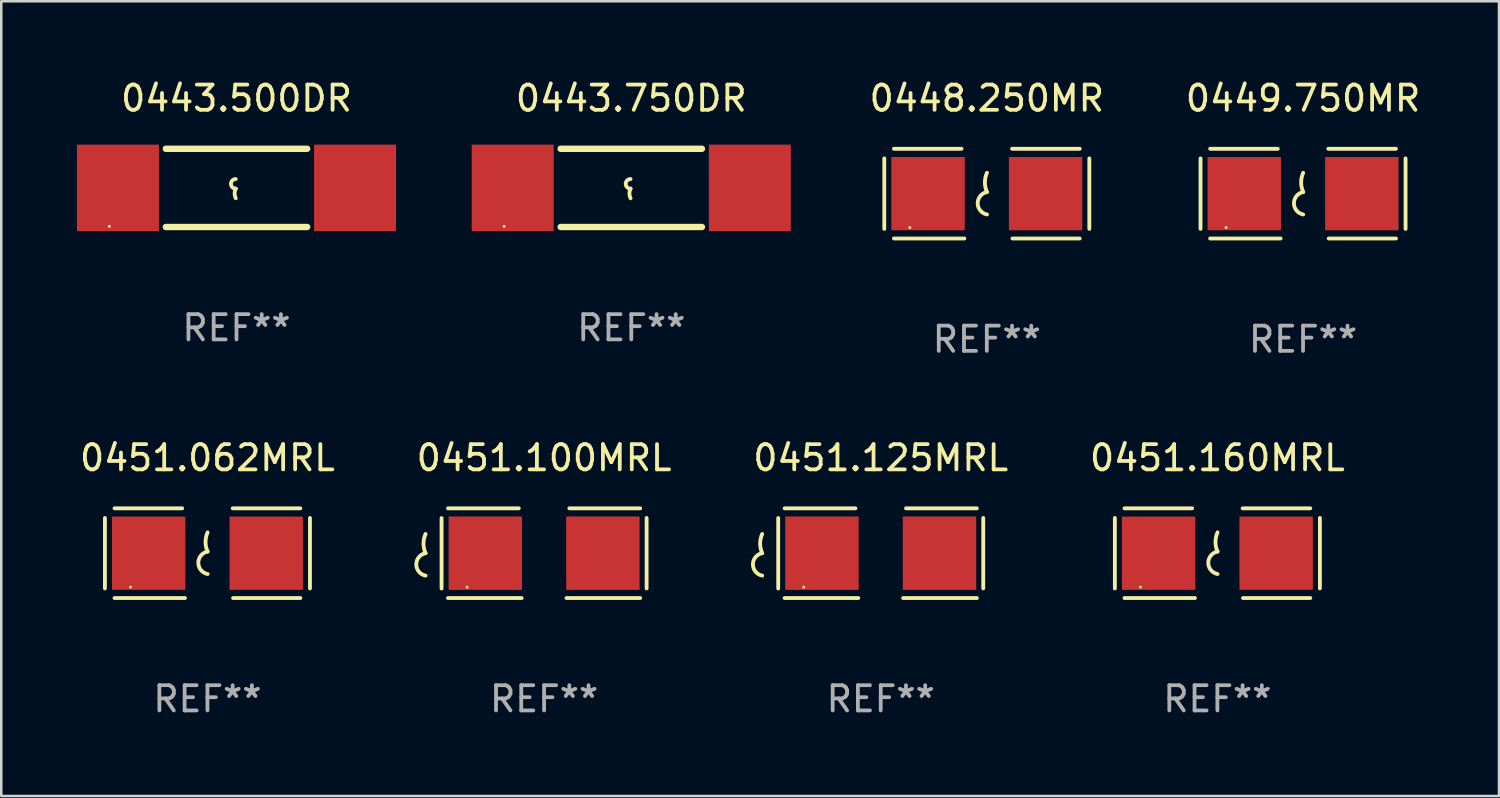
<source format=kicad_pcb>
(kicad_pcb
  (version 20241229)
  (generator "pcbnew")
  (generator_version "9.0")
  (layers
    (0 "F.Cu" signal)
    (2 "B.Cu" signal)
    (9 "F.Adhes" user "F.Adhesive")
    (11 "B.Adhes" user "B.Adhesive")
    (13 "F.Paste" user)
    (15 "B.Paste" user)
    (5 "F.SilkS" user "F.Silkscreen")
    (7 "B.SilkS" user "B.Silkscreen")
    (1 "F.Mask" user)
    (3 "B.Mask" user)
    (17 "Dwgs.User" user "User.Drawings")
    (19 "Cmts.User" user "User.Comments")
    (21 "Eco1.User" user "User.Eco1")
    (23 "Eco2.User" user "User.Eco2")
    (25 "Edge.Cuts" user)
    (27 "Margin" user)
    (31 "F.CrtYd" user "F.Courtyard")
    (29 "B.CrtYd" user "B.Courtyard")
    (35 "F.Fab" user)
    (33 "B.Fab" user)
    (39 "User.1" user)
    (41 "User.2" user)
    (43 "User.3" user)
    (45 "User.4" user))
  (footprint "0451.160MRL"
    (layer "F.Cu")
    (at 45.208 18.879)
    (property "Reference" "0451.160MRL" (at 0 -3.778 0) (layer "F.SilkS") (effects (font (size 1 1) (thickness 0.15))))
    (attr through_hole)
    (fp_line (start -4.064 -1.397) (end -4.064 1.397) (stroke (width 0.152) (type solid)) (layer "F.SilkS"))
    (fp_line (start -3.683 -1.778) (end -1.002 -1.778) (stroke (width 0.152) (type solid)) (layer "F.SilkS"))
    (fp_line (start -0.889 1.778) (end -3.683 1.778) (stroke (width 0.152) (type solid)) (layer "F.SilkS"))
    (fp_line (start 1.016 1.778) (end 3.683 1.778) (stroke (width 0.152) (type solid)) (layer "F.SilkS"))
    (fp_line (start 3.683 -1.778) (end 1.001 -1.778) (stroke (width 0.152) (type solid)) (layer "F.SilkS"))
    (fp_line (start 4.064 -1.397) (end 4.064 1.397) (stroke (width 0.152) (type solid)) (layer "F.SilkS"))
    (fp_arc (start 0.006045 -0.0635) (mid -0.075591 -0.444501) (end 0.006045 -0.825502) (stroke (width 0.151994) (type solid)) (layer "F.SilkS"))
    (fp_arc (start 0.006045 0.825502) (mid -0.361643 0.381001) (end 0.006045 -0.0635) (stroke (width 0.151994) (type solid)) (layer "F.SilkS"))
    (fp_circle (center -3.05 1.345) (end -3.02 1.345) (stroke (width 0.06) (type solid)) (fill no) (layer "F.SilkS"))
    (fp_text user "REF**" (at 0 5.778 0) (layer "F.Fab") (effects (font (size 1 1) (thickness 0.15))))
    (pad "1" smd rect (at -2.33 0) (size 2.91 2.905) (layers "F.Cu" "F.Mask" "F.Paste"))
    (pad "2" smd rect (at 2.33 0) (size 2.91 2.905) (layers "F.Cu" "F.Mask" "F.Paste")))
  (footprint "0449.750MR"
    (layer "F.Cu")
    (at 48.604 4.626)
    (property "Reference" "0449.750MR" (at 0 -3.778 0) (layer "F.SilkS") (effects (font (size 1 1) (thickness 0.15))))
    (attr through_hole)
    (fp_line (start -4.064 -1.397) (end -4.064 1.397) (stroke (width 0.152) (type solid)) (layer "F.SilkS"))
    (fp_line (start -3.683 -1.778) (end -1.002 -1.778) (stroke (width 0.152) (type solid)) (layer "F.SilkS"))
    (fp_line (start -0.889 1.778) (end -3.683 1.778) (stroke (width 0.152) (type solid)) (layer "F.SilkS"))
    (fp_line (start 1.016 1.778) (end 3.683 1.778) (stroke (width 0.152) (type solid)) (layer "F.SilkS"))
    (fp_line (start 3.683 -1.778) (end 1.001 -1.778) (stroke (width 0.152) (type solid)) (layer "F.SilkS"))
    (fp_line (start 4.064 -1.397) (end 4.064 1.397) (stroke (width 0.152) (type solid)) (layer "F.SilkS"))
    (fp_arc (start 0.006045 -0.0635) (mid -0.075591 -0.444501) (end 0.006045 -0.825502) (stroke (width 0.151994) (type solid)) (layer "F.SilkS"))
    (fp_arc (start 0.006045 0.825502) (mid -0.361643 0.381001) (end 0.006045 -0.0635) (stroke (width 0.151994) (type solid)) (layer "F.SilkS"))
    (fp_circle (center -3.05 1.345) (end -3.02 1.345) (stroke (width 0.06) (type solid)) (fill no) (layer "F.SilkS"))
    (fp_text user "REF**" (at 0 5.778 0) (layer "F.Fab") (effects (font (size 1 1) (thickness 0.15))))
    (pad "1" smd rect (at -2.33 0) (size 2.91 2.905) (layers "F.Cu" "F.Mask" "F.Paste"))
    (pad "2" smd rect (at 2.33 0) (size 2.91 2.905) (layers "F.Cu" "F.Mask" "F.Paste")))
  (footprint "0451.062MRL"
    (layer "F.Cu")
    (at 5.173 18.879)
    (property "Reference" "0451.062MRL" (at 0 -3.778 0) (layer "F.SilkS") (effects (font (size 1 1) (thickness 0.15))))
    (attr through_hole)
    (fp_line (start -4.064 -1.397) (end -4.064 1.397) (stroke (width 0.152) (type solid)) (layer "F.SilkS"))
    (fp_line (start -3.683 -1.778) (end -1.002 -1.778) (stroke (width 0.152) (type solid)) (layer "F.SilkS"))
    (fp_line (start -0.889 1.778) (end -3.683 1.778) (stroke (width 0.152) (type solid)) (layer "F.SilkS"))
    (fp_line (start 1.016 1.778) (end 3.683 1.778) (stroke (width 0.152) (type solid)) (layer "F.SilkS"))
    (fp_line (start 3.683 -1.778) (end 1.001 -1.778) (stroke (width 0.152) (type solid)) (layer "F.SilkS"))
    (fp_line (start 4.064 -1.397) (end 4.064 1.397) (stroke (width 0.152) (type solid)) (layer "F.SilkS"))
    (fp_arc (start 0.006045 -0.0635) (mid -0.075591 -0.444501) (end 0.006045 -0.825502) (stroke (width 0.151994) (type solid)) (layer "F.SilkS"))
    (fp_arc (start 0.006045 0.825502) (mid -0.361643 0.381001) (end 0.006045 -0.0635) (stroke (width 0.151994) (type solid)) (layer "F.SilkS"))
    (fp_circle (center -3.05 1.345) (end -3.02 1.345) (stroke (width 0.06) (type solid)) (fill no) (layer "F.SilkS"))
    (fp_text user "REF**" (at 0 5.778 0) (layer "F.Fab") (effects (font (size 1 1) (thickness 0.15))))
    (pad "1" smd rect (at -2.33 0) (size 2.91 2.905) (layers "F.Cu" "F.Mask" "F.Paste"))
    (pad "2" smd rect (at 2.33 0) (size 2.91 2.905) (layers "F.Cu" "F.Mask" "F.Paste")))
  (footprint "0451.100MRL"
    (layer "F.Cu")
    (at 18.518 18.879)
    (property "Reference" "0451.100MRL" (at 0 -3.778 0) (layer "F.SilkS") (effects (font (size 1 1) (thickness 0.15))))
    (attr through_hole)
    (fp_line (start -4.064 -1.393) (end -4.064 1.401) (stroke (width 0.152) (type solid)) (layer "F.SilkS"))
    (fp_line (start -3.81 -1.778) (end -1.002 -1.778) (stroke (width 0.152) (type solid)) (layer "F.SilkS"))
    (fp_line (start -0.889 1.778) (end -3.81 1.778) (stroke (width 0.152) (type solid)) (layer "F.SilkS"))
    (fp_line (start 0.889 1.778) (end 3.81 1.778) (stroke (width 0.152) (type solid)) (layer "F.SilkS"))
    (fp_line (start 3.81 -1.778) (end 1.002 -1.778) (stroke (width 0.152) (type solid)) (layer "F.SilkS"))
    (fp_line (start 4.064 -1.397) (end 4.064 1.397) (stroke (width 0.152) (type solid)) (layer "F.SilkS"))
    (fp_arc (start -4.699009 0) (mid -4.780645 -0.381001) (end -4.699009 -0.762002) (stroke (width 0.151994) (type solid)) (layer "F.SilkS"))
    (fp_arc (start -4.699009 0.889002) (mid -5.066697 0.444501) (end -4.699009 0) (stroke (width 0.151994) (type solid)) (layer "F.SilkS"))
    (fp_circle (center -3.05 1.347) (end -3.02 1.347) (stroke (width 0.06) (type solid)) (fill no) (layer "F.SilkS"))
    (fp_text user "REF**" (at 0 5.778 0) (layer "F.Fab") (effects (font (size 1 1) (thickness 0.15))))
    (pad "1" smd rect (at -2.33 0) (size 2.91 2.911) (layers "F.Cu" "F.Mask" "F.Paste"))
    (pad "2" smd rect (at 2.33 0) (size 2.91 2.911) (layers "F.Cu" "F.Mask" "F.Paste")))
  (footprint "0443.750DR"
    (layer "F.Cu")
    (at 21.975 4.398)
    (property "Reference" "0443.750DR" (at 0 -3.55 0) (layer "F.SilkS") (effects (font (size 1 1) (thickness 0.15))))
    (attr through_hole)
    (fp_line (start -2.8 -1.55) (end 2.8 -1.55) (stroke (width 0.254) (type solid)) (layer "F.SilkS"))
    (fp_line (start -2.8 1.55) (end 2.8 1.55) (stroke (width 0.254) (type solid)) (layer "F.SilkS"))
    (fp_arc (start -0.029896 0.030074) (mid -0.220397 -0.160427) (end -0.029896 -0.350928) (stroke (width 0.151994) (type solid)) (layer "F.SilkS"))
    (fp_arc (start -0.029896 0.411075) (mid -0.074867 0.220574) (end -0.029896 0.030074) (stroke (width 0.151994) (type solid)) (layer "F.SilkS"))
    (fp_circle (center -5.04 1.525) (end -5.01 1.525) (stroke (width 0.06) (type solid)) (fill no) (layer "F.SilkS"))
    (fp_text user "REF**" (at 0 5.55 0) (layer "F.Fab") (effects (font (size 1 1) (thickness 0.15))))
    (pad "1" smd rect (at -4.7 0) (size 3.25 3.43) (layers "F.Cu" "F.Mask" "F.Paste"))
    (pad "2" smd rect (at 4.7 0) (size 3.25 3.43) (layers "F.Cu" "F.Mask" "F.Paste")))
  (footprint "0443.500DR"
    (layer "F.Cu")
    (at 6.325 4.398)
    (property "Reference" "0443.500DR" (at 0 -3.55 0) (layer "F.SilkS") (effects (font (size 1 1) (thickness 0.15))))
    (attr through_hole)
    (fp_line (start -2.8 -1.55) (end 2.8 -1.55) (stroke (width 0.254) (type solid)) (layer "F.SilkS"))
    (fp_line (start -2.8 1.55) (end 2.8 1.55) (stroke (width 0.254) (type solid)) (layer "F.SilkS"))
    (fp_arc (start -0.029896 0.030074) (mid -0.220397 -0.160427) (end -0.029896 -0.350928) (stroke (width 0.151994) (type solid)) (layer "F.SilkS"))
    (fp_arc (start -0.029896 0.411075) (mid -0.074867 0.220574) (end -0.029896 0.030074) (stroke (width 0.151994) (type solid)) (layer "F.SilkS"))
    (fp_circle (center -5.04 1.525) (end -5.01 1.525) (stroke (width 0.06) (type solid)) (fill no) (layer "F.SilkS"))
    (fp_text user "REF**" (at 0 5.55 0) (layer "F.Fab") (effects (font (size 1 1) (thickness 0.15))))
    (pad "1" smd rect (at -4.7 0) (size 3.25 3.43) (layers "F.Cu" "F.Mask" "F.Paste"))
    (pad "2" smd rect (at 4.7 0) (size 3.25 3.43) (layers "F.Cu" "F.Mask" "F.Paste")))
  (footprint "0448.250MR"
    (layer "F.Cu")
    (at 36.068 4.626)
    (property "Reference" "0448.250MR" (at 0 -3.778 0) (layer "F.SilkS") (effects (font (size 1 1) (thickness 0.15))))
    (attr through_hole)
    (fp_line (start -4.064 -1.397) (end -4.064 1.397) (stroke (width 0.152) (type solid)) (layer "F.SilkS"))
    (fp_line (start -3.683 -1.778) (end -1.002 -1.778) (stroke (width 0.152) (type solid)) (layer "F.SilkS"))
    (fp_line (start -0.889 1.778) (end -3.683 1.778) (stroke (width 0.152) (type solid)) (layer "F.SilkS"))
    (fp_line (start 1.016 1.778) (end 3.683 1.778) (stroke (width 0.152) (type solid)) (layer "F.SilkS"))
    (fp_line (start 3.683 -1.778) (end 1.001 -1.778) (stroke (width 0.152) (type solid)) (layer "F.SilkS"))
    (fp_line (start 4.064 -1.397) (end 4.064 1.397) (stroke (width 0.152) (type solid)) (layer "F.SilkS"))
    (fp_arc (start 0.006045 -0.0635) (mid -0.075591 -0.444501) (end 0.006045 -0.825502) (stroke (width 0.151994) (type solid)) (layer "F.SilkS"))
    (fp_arc (start 0.006045 0.825502) (mid -0.361643 0.381001) (end 0.006045 -0.0635) (stroke (width 0.151994) (type solid)) (layer "F.SilkS"))
    (fp_circle (center -3.05 1.345) (end -3.02 1.345) (stroke (width 0.06) (type solid)) (fill no) (layer "F.SilkS"))
    (fp_text user "REF**" (at 0 5.778 0) (layer "F.Fab") (effects (font (size 1 1) (thickness 0.15))))
    (pad "1" smd rect (at -2.33 0) (size 2.91 2.905) (layers "F.Cu" "F.Mask" "F.Paste"))
    (pad "2" smd rect (at 2.33 0) (size 2.91 2.905) (layers "F.Cu" "F.Mask" "F.Paste")))
  (footprint "0451.125MRL"
    (layer "F.Cu")
    (at 31.863 18.879)
    (property "Reference" "0451.125MRL" (at 0 -3.778 0) (layer "F.SilkS") (effects (font (size 1 1) (thickness 0.15))))
    (attr through_hole)
    (fp_line (start -4.064 -1.393) (end -4.064 1.401) (stroke (width 0.152) (type solid)) (layer "F.SilkS"))
    (fp_line (start -3.81 -1.778) (end -1.002 -1.778) (stroke (width 0.152) (type solid)) (layer "F.SilkS"))
    (fp_line (start -0.889 1.778) (end -3.81 1.778) (stroke (width 0.152) (type solid)) (layer "F.SilkS"))
    (fp_line (start 0.889 1.778) (end 3.81 1.778) (stroke (width 0.152) (type solid)) (layer "F.SilkS"))
    (fp_line (start 3.81 -1.778) (end 1.002 -1.778) (stroke (width 0.152) (type solid)) (layer "F.SilkS"))
    (fp_line (start 4.064 -1.397) (end 4.064 1.397) (stroke (width 0.152) (type solid)) (layer "F.SilkS"))
    (fp_arc (start -4.699009 0) (mid -4.780645 -0.381001) (end -4.699009 -0.762002) (stroke (width 0.151994) (type solid)) (layer "F.SilkS"))
    (fp_arc (start -4.699009 0.889002) (mid -5.066697 0.444501) (end -4.699009 0) (stroke (width 0.151994) (type solid)) (layer "F.SilkS"))
    (fp_circle (center -3.05 1.347) (end -3.02 1.347) (stroke (width 0.06) (type solid)) (fill no) (layer "F.SilkS"))
    (fp_text user "REF**" (at 0 5.778 0) (layer "F.Fab") (effects (font (size 1 1) (thickness 0.15))))
    (pad "1" smd rect (at -2.33 0) (size 2.91 2.911) (layers "F.Cu" "F.Mask" "F.Paste"))
    (pad "2" smd rect (at 2.33 0) (size 2.91 2.911) (layers "F.Cu" "F.Mask" "F.Paste")))
  (gr_rect
    (start -3 -3)
    (end 56.372 28.505)
    (stroke (width 0.1) (type default))
    (fill no)
    (layer "Edge.Cuts")))
</source>
